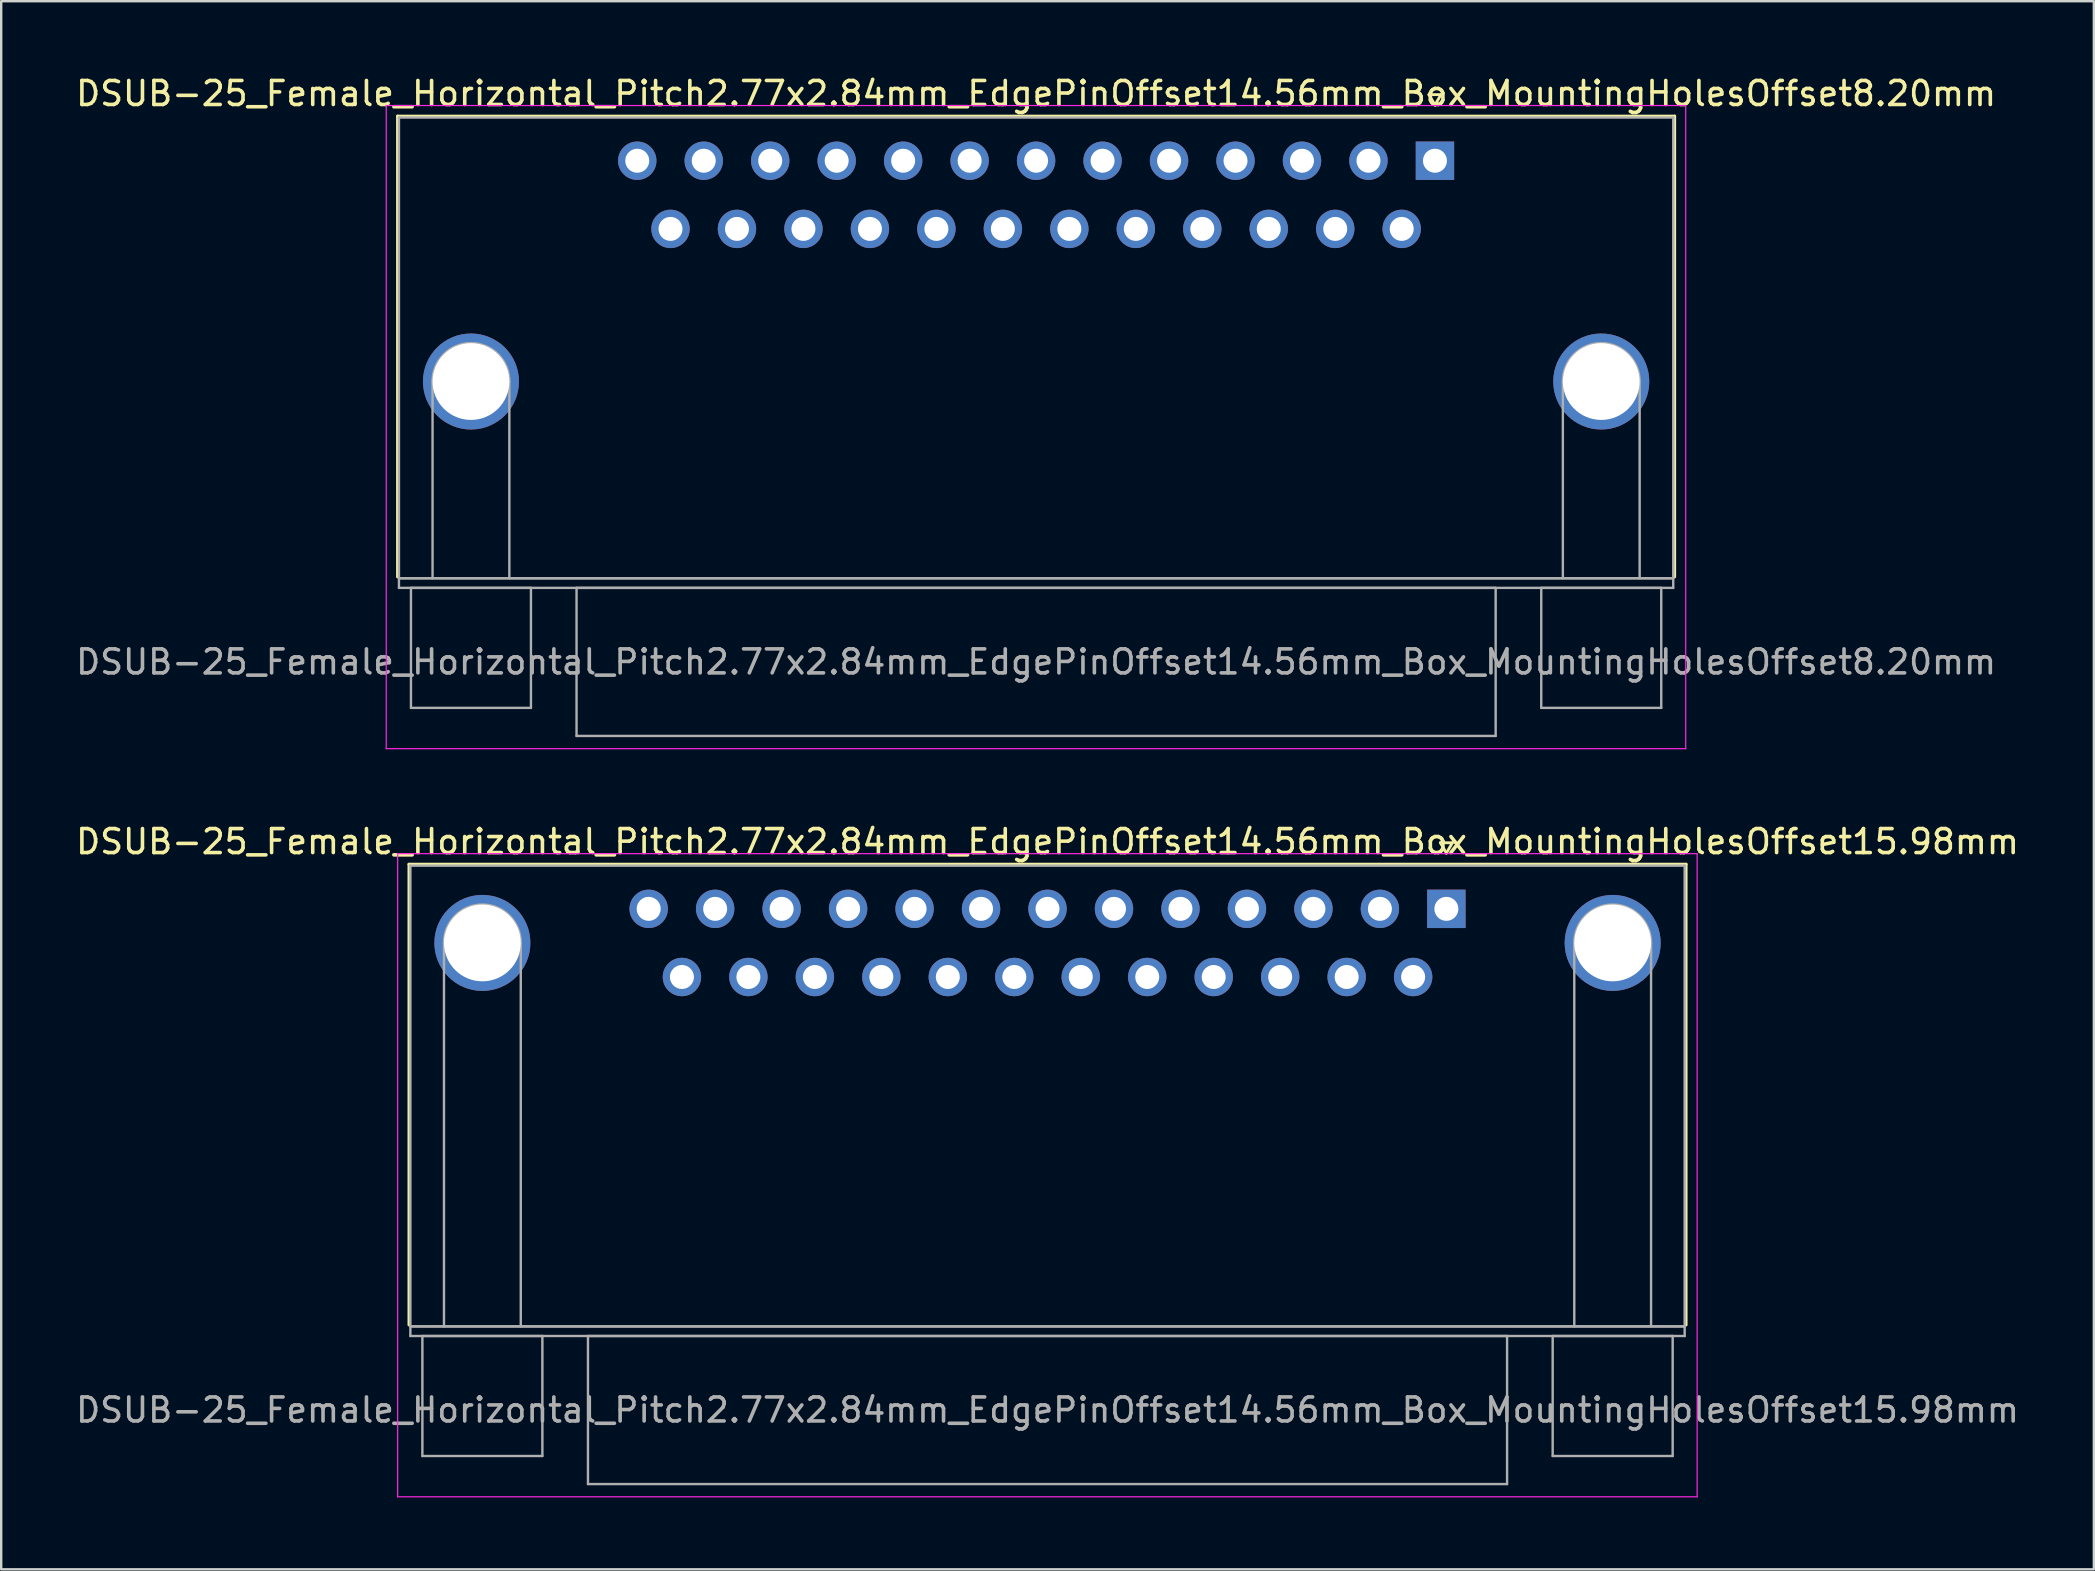
<source format=kicad_pcb>
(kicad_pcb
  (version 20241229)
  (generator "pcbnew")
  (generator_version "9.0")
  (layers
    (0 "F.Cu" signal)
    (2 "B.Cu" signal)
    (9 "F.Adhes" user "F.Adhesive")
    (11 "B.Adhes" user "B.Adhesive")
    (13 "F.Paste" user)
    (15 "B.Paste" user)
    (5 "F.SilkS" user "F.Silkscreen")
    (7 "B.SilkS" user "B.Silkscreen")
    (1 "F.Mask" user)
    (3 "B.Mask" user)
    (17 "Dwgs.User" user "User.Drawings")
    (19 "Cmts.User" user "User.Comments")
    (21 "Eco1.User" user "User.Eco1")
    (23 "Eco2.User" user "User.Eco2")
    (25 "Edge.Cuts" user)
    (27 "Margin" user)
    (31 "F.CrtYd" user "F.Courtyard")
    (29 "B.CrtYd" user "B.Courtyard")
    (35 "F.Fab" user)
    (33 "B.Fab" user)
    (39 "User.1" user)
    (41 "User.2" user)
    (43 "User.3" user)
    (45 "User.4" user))
  (footprint "DSUB-25_Female_Horizontal_Pitch2.77x2.84mm_EdgePinOffset14.56mm_Box_MountingHolesOffset8.20mm"
    (layer "F.Cu")
    (at 56.745 3.648)
    (property "Reference" "DSUB-25_Female_Horizontal_Pitch2.77x2.84mm_EdgePinOffset14.56mm_Box_MountingHolesOffset8.20mm" (at -16.62 -2.8 0) (layer "F.SilkS") (effects (font (size 1 1) (thickness 0.15))))
    (attr through_hole)
    (fp_line (start -43.23 -1.86) (end 9.99 -1.86) (stroke (width 0.12) (type solid)) (layer "F.SilkS"))
    (fp_line (start -43.23 17.34) (end -43.23 -1.86) (stroke (width 0.12) (type solid)) (layer "F.SilkS"))
    (fp_line (start -0.25 -2.754) (end 0.25 -2.754) (stroke (width 0.12) (type solid)) (layer "F.SilkS"))
    (fp_line (start 0 -2.321) (end -0.25 -2.754) (stroke (width 0.12) (type solid)) (layer "F.SilkS"))
    (fp_line (start 0.25 -2.754) (end 0 -2.321) (stroke (width 0.12) (type solid)) (layer "F.SilkS"))
    (fp_line (start 9.99 -1.86) (end 9.99 17.34) (stroke (width 0.12) (type solid)) (layer "F.SilkS"))
    (fp_line (start -43.7 -2.3) (end -43.7 24.5) (stroke (width 0.05) (type solid)) (layer "F.CrtYd"))
    (fp_line (start -43.7 24.5) (end 10.45 24.5) (stroke (width 0.05) (type solid)) (layer "F.CrtYd"))
    (fp_line (start 10.45 -2.3) (end -43.7 -2.3) (stroke (width 0.05) (type solid)) (layer "F.CrtYd"))
    (fp_line (start 10.45 24.5) (end 10.45 -2.3) (stroke (width 0.05) (type solid)) (layer "F.CrtYd"))
    (fp_line (start -43.17 -1.8) (end -43.17 17.4) (stroke (width 0.1) (type solid)) (layer "F.Fab"))
    (fp_line (start -43.17 17.4) (end -43.17 17.8) (stroke (width 0.1) (type solid)) (layer "F.Fab"))
    (fp_line (start -43.17 17.4) (end 9.93 17.4) (stroke (width 0.1) (type solid)) (layer "F.Fab"))
    (fp_line (start -43.17 17.8) (end 9.93 17.8) (stroke (width 0.1) (type solid)) (layer "F.Fab"))
    (fp_line (start -42.67 17.8) (end -42.67 22.8) (stroke (width 0.1) (type solid)) (layer "F.Fab"))
    (fp_line (start -42.67 22.8) (end -37.67 22.8) (stroke (width 0.1) (type solid)) (layer "F.Fab"))
    (fp_line (start -41.77 17.4) (end -41.77 9.2) (stroke (width 0.1) (type solid)) (layer "F.Fab"))
    (fp_line (start -38.57 17.4) (end -38.57 9.2) (stroke (width 0.1) (type solid)) (layer "F.Fab"))
    (fp_line (start -37.67 17.8) (end -42.67 17.8) (stroke (width 0.1) (type solid)) (layer "F.Fab"))
    (fp_line (start -37.67 22.8) (end -37.67 17.8) (stroke (width 0.1) (type solid)) (layer "F.Fab"))
    (fp_line (start -35.77 17.8) (end -35.77 23.97) (stroke (width 0.1) (type solid)) (layer "F.Fab"))
    (fp_line (start -35.77 23.97) (end 2.53 23.97) (stroke (width 0.1) (type solid)) (layer "F.Fab"))
    (fp_line (start 2.53 17.8) (end -35.77 17.8) (stroke (width 0.1) (type solid)) (layer "F.Fab"))
    (fp_line (start 2.53 23.97) (end 2.53 17.8) (stroke (width 0.1) (type solid)) (layer "F.Fab"))
    (fp_line (start 4.43 17.8) (end 4.43 22.8) (stroke (width 0.1) (type solid)) (layer "F.Fab"))
    (fp_line (start 4.43 22.8) (end 9.43 22.8) (stroke (width 0.1) (type solid)) (layer "F.Fab"))
    (fp_line (start 5.33 17.4) (end 5.33 9.2) (stroke (width 0.1) (type solid)) (layer "F.Fab"))
    (fp_line (start 8.53 17.4) (end 8.53 9.2) (stroke (width 0.1) (type solid)) (layer "F.Fab"))
    (fp_line (start 9.43 17.8) (end 4.43 17.8) (stroke (width 0.1) (type solid)) (layer "F.Fab"))
    (fp_line (start 9.43 22.8) (end 9.43 17.8) (stroke (width 0.1) (type solid)) (layer "F.Fab"))
    (fp_line (start 9.93 -1.8) (end -43.17 -1.8) (stroke (width 0.1) (type solid)) (layer "F.Fab"))
    (fp_line (start 9.93 17.4) (end -43.17 17.4) (stroke (width 0.1) (type solid)) (layer "F.Fab"))
    (fp_line (start 9.93 17.4) (end 9.93 -1.8) (stroke (width 0.1) (type solid)) (layer "F.Fab"))
    (fp_line (start 9.93 17.8) (end 9.93 17.4) (stroke (width 0.1) (type solid)) (layer "F.Fab"))
    (fp_arc (start -41.77 9.2) (mid -40.17 7.6) (end -38.57 9.2) (stroke (width 0.1) (type solid)) (layer "F.Fab"))
    (fp_arc (start 5.33 9.2) (mid 6.93 7.6) (end 8.53 9.2) (stroke (width 0.1) (type solid)) (layer "F.Fab"))
    (fp_text user "${REFERENCE}" (at -16.62 20.885 0) (layer "F.Fab") (effects (font (size 1 1) (thickness 0.15))))
    (pad "0" thru_hole circle (at -40.17 9.2) (size 4 4) (drill 3.2) (layers "*.Cu" "*.Mask"))
    (pad "0" thru_hole circle (at 6.93 9.2) (size 4 4) (drill 3.2) (layers "*.Cu" "*.Mask"))
    (pad "1" thru_hole rect (at 0 0) (size 1.6 1.6) (drill 1) (layers "*.Cu" "*.Mask"))
    (pad "2" thru_hole circle (at -2.77 0) (size 1.6 1.6) (drill 1) (layers "*.Cu" "*.Mask"))
    (pad "3" thru_hole circle (at -5.54 0) (size 1.6 1.6) (drill 1) (layers "*.Cu" "*.Mask"))
    (pad "4" thru_hole circle (at -8.31 0) (size 1.6 1.6) (drill 1) (layers "*.Cu" "*.Mask"))
    (pad "5" thru_hole circle (at -11.08 0) (size 1.6 1.6) (drill 1) (layers "*.Cu" "*.Mask"))
    (pad "6" thru_hole circle (at -13.85 0) (size 1.6 1.6) (drill 1) (layers "*.Cu" "*.Mask"))
    (pad "7" thru_hole circle (at -16.62 0) (size 1.6 1.6) (drill 1) (layers "*.Cu" "*.Mask"))
    (pad "8" thru_hole circle (at -19.39 0) (size 1.6 1.6) (drill 1) (layers "*.Cu" "*.Mask"))
    (pad "9" thru_hole circle (at -22.16 0) (size 1.6 1.6) (drill 1) (layers "*.Cu" "*.Mask"))
    (pad "10" thru_hole circle (at -24.93 0) (size 1.6 1.6) (drill 1) (layers "*.Cu" "*.Mask"))
    (pad "11" thru_hole circle (at -27.7 0) (size 1.6 1.6) (drill 1) (layers "*.Cu" "*.Mask"))
    (pad "12" thru_hole circle (at -30.47 0) (size 1.6 1.6) (drill 1) (layers "*.Cu" "*.Mask"))
    (pad "13" thru_hole circle (at -33.24 0) (size 1.6 1.6) (drill 1) (layers "*.Cu" "*.Mask"))
    (pad "14" thru_hole circle (at -1.385 2.84) (size 1.6 1.6) (drill 1) (layers "*.Cu" "*.Mask"))
    (pad "15" thru_hole circle (at -4.155 2.84) (size 1.6 1.6) (drill 1) (layers "*.Cu" "*.Mask"))
    (pad "16" thru_hole circle (at -6.925 2.84) (size 1.6 1.6) (drill 1) (layers "*.Cu" "*.Mask"))
    (pad "17" thru_hole circle (at -9.695 2.84) (size 1.6 1.6) (drill 1) (layers "*.Cu" "*.Mask"))
    (pad "18" thru_hole circle (at -12.465 2.84) (size 1.6 1.6) (drill 1) (layers "*.Cu" "*.Mask"))
    (pad "19" thru_hole circle (at -15.235 2.84) (size 1.6 1.6) (drill 1) (layers "*.Cu" "*.Mask"))
    (pad "20" thru_hole circle (at -18.005 2.84) (size 1.6 1.6) (drill 1) (layers "*.Cu" "*.Mask"))
    (pad "21" thru_hole circle (at -20.775 2.84) (size 1.6 1.6) (drill 1) (layers "*.Cu" "*.Mask"))
    (pad "22" thru_hole circle (at -23.545 2.84) (size 1.6 1.6) (drill 1) (layers "*.Cu" "*.Mask"))
    (pad "23" thru_hole circle (at -26.315 2.84) (size 1.6 1.6) (drill 1) (layers "*.Cu" "*.Mask"))
    (pad "24" thru_hole circle (at -29.085 2.84) (size 1.6 1.6) (drill 1) (layers "*.Cu" "*.Mask"))
    (pad "25" thru_hole circle (at -31.855 2.84) (size 1.6 1.6) (drill 1) (layers "*.Cu" "*.Mask")))
  (footprint "DSUB-25_Female_Horizontal_Pitch2.77x2.84mm_EdgePinOffset14.56mm_Box_MountingHolesOffset15.98mm"
    (layer "F.Cu")
    (at 57.221 34.822)
    (property "Reference" "DSUB-25_Female_Horizontal_Pitch2.77x2.84mm_EdgePinOffset14.56mm_Box_MountingHolesOffset15.98mm" (at -16.62 -2.8 0) (layer "F.SilkS") (effects (font (size 1 1) (thickness 0.15))))
    (attr through_hole)
    (fp_line (start -43.23 -1.86) (end 9.99 -1.86) (stroke (width 0.12) (type solid)) (layer "F.SilkS"))
    (fp_line (start -43.23 17.34) (end -43.23 -1.86) (stroke (width 0.12) (type solid)) (layer "F.SilkS"))
    (fp_line (start -0.25 -2.754) (end 0.25 -2.754) (stroke (width 0.12) (type solid)) (layer "F.SilkS"))
    (fp_line (start 0 -2.321) (end -0.25 -2.754) (stroke (width 0.12) (type solid)) (layer "F.SilkS"))
    (fp_line (start 0.25 -2.754) (end 0 -2.321) (stroke (width 0.12) (type solid)) (layer "F.SilkS"))
    (fp_line (start 9.99 -1.86) (end 9.99 17.34) (stroke (width 0.12) (type solid)) (layer "F.SilkS"))
    (fp_line (start -43.7 -2.3) (end -43.7 24.5) (stroke (width 0.05) (type solid)) (layer "F.CrtYd"))
    (fp_line (start -43.7 24.5) (end 10.45 24.5) (stroke (width 0.05) (type solid)) (layer "F.CrtYd"))
    (fp_line (start 10.45 -2.3) (end -43.7 -2.3) (stroke (width 0.05) (type solid)) (layer "F.CrtYd"))
    (fp_line (start 10.45 24.5) (end 10.45 -2.3) (stroke (width 0.05) (type solid)) (layer "F.CrtYd"))
    (fp_line (start -43.17 -1.8) (end -43.17 17.4) (stroke (width 0.1) (type solid)) (layer "F.Fab"))
    (fp_line (start -43.17 17.4) (end -43.17 17.8) (stroke (width 0.1) (type solid)) (layer "F.Fab"))
    (fp_line (start -43.17 17.4) (end 9.93 17.4) (stroke (width 0.1) (type solid)) (layer "F.Fab"))
    (fp_line (start -43.17 17.8) (end 9.93 17.8) (stroke (width 0.1) (type solid)) (layer "F.Fab"))
    (fp_line (start -42.67 17.8) (end -42.67 22.8) (stroke (width 0.1) (type solid)) (layer "F.Fab"))
    (fp_line (start -42.67 22.8) (end -37.67 22.8) (stroke (width 0.1) (type solid)) (layer "F.Fab"))
    (fp_line (start -41.77 17.4) (end -41.77 1.42) (stroke (width 0.1) (type solid)) (layer "F.Fab"))
    (fp_line (start -38.57 17.4) (end -38.57 1.42) (stroke (width 0.1) (type solid)) (layer "F.Fab"))
    (fp_line (start -37.67 17.8) (end -42.67 17.8) (stroke (width 0.1) (type solid)) (layer "F.Fab"))
    (fp_line (start -37.67 22.8) (end -37.67 17.8) (stroke (width 0.1) (type solid)) (layer "F.Fab"))
    (fp_line (start -35.77 17.8) (end -35.77 23.97) (stroke (width 0.1) (type solid)) (layer "F.Fab"))
    (fp_line (start -35.77 23.97) (end 2.53 23.97) (stroke (width 0.1) (type solid)) (layer "F.Fab"))
    (fp_line (start 2.53 17.8) (end -35.77 17.8) (stroke (width 0.1) (type solid)) (layer "F.Fab"))
    (fp_line (start 2.53 23.97) (end 2.53 17.8) (stroke (width 0.1) (type solid)) (layer "F.Fab"))
    (fp_line (start 4.43 17.8) (end 4.43 22.8) (stroke (width 0.1) (type solid)) (layer "F.Fab"))
    (fp_line (start 4.43 22.8) (end 9.43 22.8) (stroke (width 0.1) (type solid)) (layer "F.Fab"))
    (fp_line (start 5.33 17.4) (end 5.33 1.42) (stroke (width 0.1) (type solid)) (layer "F.Fab"))
    (fp_line (start 8.53 17.4) (end 8.53 1.42) (stroke (width 0.1) (type solid)) (layer "F.Fab"))
    (fp_line (start 9.43 17.8) (end 4.43 17.8) (stroke (width 0.1) (type solid)) (layer "F.Fab"))
    (fp_line (start 9.43 22.8) (end 9.43 17.8) (stroke (width 0.1) (type solid)) (layer "F.Fab"))
    (fp_line (start 9.93 -1.8) (end -43.17 -1.8) (stroke (width 0.1) (type solid)) (layer "F.Fab"))
    (fp_line (start 9.93 17.4) (end -43.17 17.4) (stroke (width 0.1) (type solid)) (layer "F.Fab"))
    (fp_line (start 9.93 17.4) (end 9.93 -1.8) (stroke (width 0.1) (type solid)) (layer "F.Fab"))
    (fp_line (start 9.93 17.8) (end 9.93 17.4) (stroke (width 0.1) (type solid)) (layer "F.Fab"))
    (fp_arc (start -41.77 1.42) (mid -40.17 -0.18) (end -38.57 1.42) (stroke (width 0.1) (type solid)) (layer "F.Fab"))
    (fp_arc (start 5.33 1.42) (mid 6.93 -0.18) (end 8.53 1.42) (stroke (width 0.1) (type solid)) (layer "F.Fab"))
    (fp_text user "${REFERENCE}" (at -16.62 20.885 0) (layer "F.Fab") (effects (font (size 1 1) (thickness 0.15))))
    (pad "0" thru_hole circle (at -40.17 1.42) (size 4 4) (drill 3.2) (layers "*.Cu" "*.Mask"))
    (pad "0" thru_hole circle (at 6.93 1.42) (size 4 4) (drill 3.2) (layers "*.Cu" "*.Mask"))
    (pad "1" thru_hole rect (at 0 0) (size 1.6 1.6) (drill 1) (layers "*.Cu" "*.Mask"))
    (pad "2" thru_hole circle (at -2.77 0) (size 1.6 1.6) (drill 1) (layers "*.Cu" "*.Mask"))
    (pad "3" thru_hole circle (at -5.54 0) (size 1.6 1.6) (drill 1) (layers "*.Cu" "*.Mask"))
    (pad "4" thru_hole circle (at -8.31 0) (size 1.6 1.6) (drill 1) (layers "*.Cu" "*.Mask"))
    (pad "5" thru_hole circle (at -11.08 0) (size 1.6 1.6) (drill 1) (layers "*.Cu" "*.Mask"))
    (pad "6" thru_hole circle (at -13.85 0) (size 1.6 1.6) (drill 1) (layers "*.Cu" "*.Mask"))
    (pad "7" thru_hole circle (at -16.62 0) (size 1.6 1.6) (drill 1) (layers "*.Cu" "*.Mask"))
    (pad "8" thru_hole circle (at -19.39 0) (size 1.6 1.6) (drill 1) (layers "*.Cu" "*.Mask"))
    (pad "9" thru_hole circle (at -22.16 0) (size 1.6 1.6) (drill 1) (layers "*.Cu" "*.Mask"))
    (pad "10" thru_hole circle (at -24.93 0) (size 1.6 1.6) (drill 1) (layers "*.Cu" "*.Mask"))
    (pad "11" thru_hole circle (at -27.7 0) (size 1.6 1.6) (drill 1) (layers "*.Cu" "*.Mask"))
    (pad "12" thru_hole circle (at -30.47 0) (size 1.6 1.6) (drill 1) (layers "*.Cu" "*.Mask"))
    (pad "13" thru_hole circle (at -33.24 0) (size 1.6 1.6) (drill 1) (layers "*.Cu" "*.Mask"))
    (pad "14" thru_hole circle (at -1.385 2.84) (size 1.6 1.6) (drill 1) (layers "*.Cu" "*.Mask"))
    (pad "15" thru_hole circle (at -4.155 2.84) (size 1.6 1.6) (drill 1) (layers "*.Cu" "*.Mask"))
    (pad "16" thru_hole circle (at -6.925 2.84) (size 1.6 1.6) (drill 1) (layers "*.Cu" "*.Mask"))
    (pad "17" thru_hole circle (at -9.695 2.84) (size 1.6 1.6) (drill 1) (layers "*.Cu" "*.Mask"))
    (pad "18" thru_hole circle (at -12.465 2.84) (size 1.6 1.6) (drill 1) (layers "*.Cu" "*.Mask"))
    (pad "19" thru_hole circle (at -15.235 2.84) (size 1.6 1.6) (drill 1) (layers "*.Cu" "*.Mask"))
    (pad "20" thru_hole circle (at -18.005 2.84) (size 1.6 1.6) (drill 1) (layers "*.Cu" "*.Mask"))
    (pad "21" thru_hole circle (at -20.775 2.84) (size 1.6 1.6) (drill 1) (layers "*.Cu" "*.Mask"))
    (pad "22" thru_hole circle (at -23.545 2.84) (size 1.6 1.6) (drill 1) (layers "*.Cu" "*.Mask"))
    (pad "23" thru_hole circle (at -26.315 2.84) (size 1.6 1.6) (drill 1) (layers "*.Cu" "*.Mask"))
    (pad "24" thru_hole circle (at -29.085 2.84) (size 1.6 1.6) (drill 1) (layers "*.Cu" "*.Mask"))
    (pad "25" thru_hole circle (at -31.855 2.84) (size 1.6 1.6) (drill 1) (layers "*.Cu" "*.Mask")))
  (gr_rect
    (start -3 -3)
    (end 84.202 62.346)
    (stroke (width 0.1) (type default))
    (fill no)
    (layer "Edge.Cuts")))
</source>
